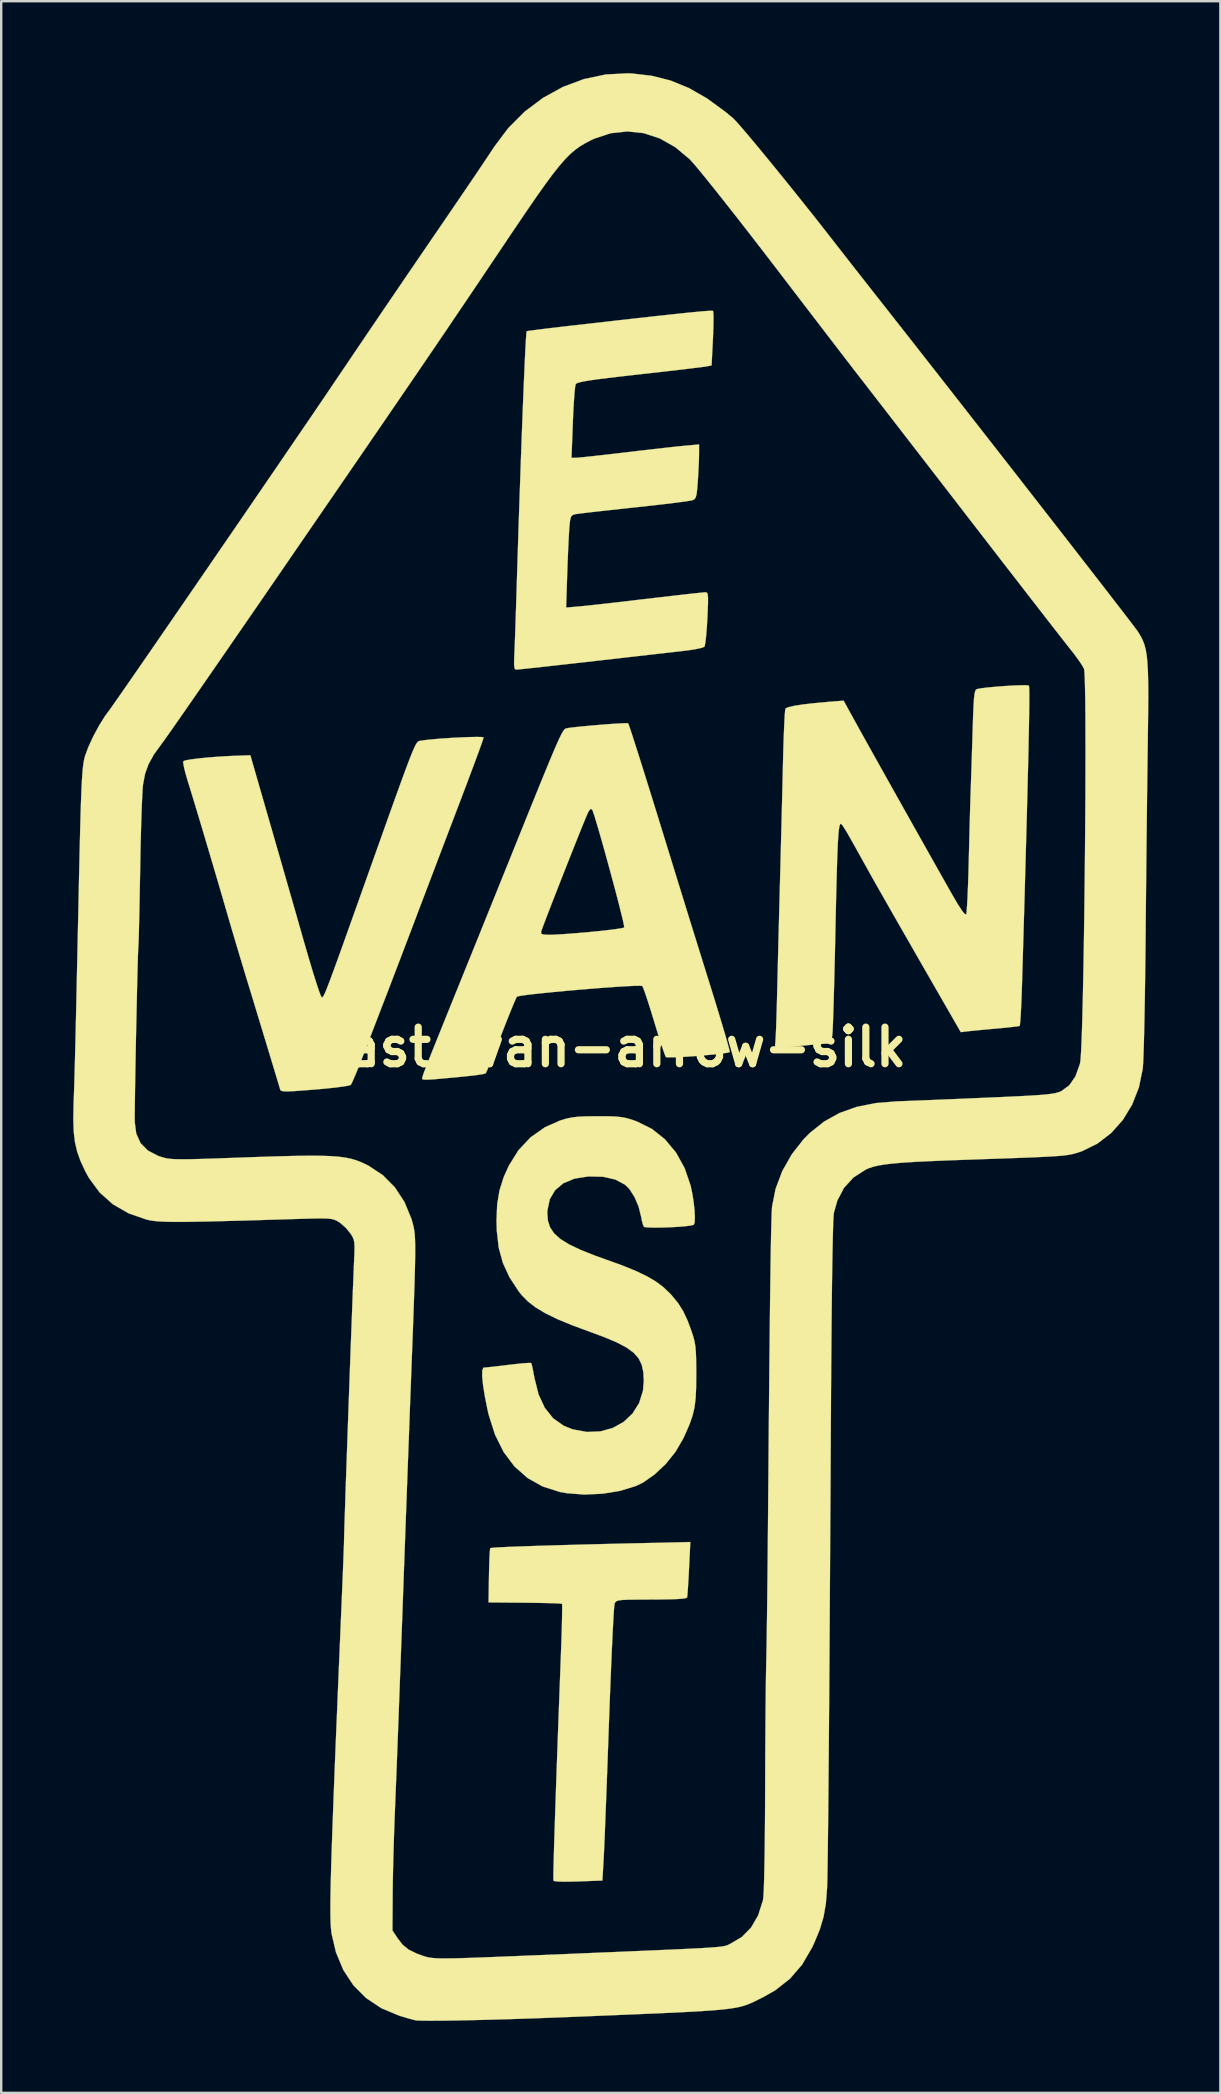
<source format=kicad_pcb>
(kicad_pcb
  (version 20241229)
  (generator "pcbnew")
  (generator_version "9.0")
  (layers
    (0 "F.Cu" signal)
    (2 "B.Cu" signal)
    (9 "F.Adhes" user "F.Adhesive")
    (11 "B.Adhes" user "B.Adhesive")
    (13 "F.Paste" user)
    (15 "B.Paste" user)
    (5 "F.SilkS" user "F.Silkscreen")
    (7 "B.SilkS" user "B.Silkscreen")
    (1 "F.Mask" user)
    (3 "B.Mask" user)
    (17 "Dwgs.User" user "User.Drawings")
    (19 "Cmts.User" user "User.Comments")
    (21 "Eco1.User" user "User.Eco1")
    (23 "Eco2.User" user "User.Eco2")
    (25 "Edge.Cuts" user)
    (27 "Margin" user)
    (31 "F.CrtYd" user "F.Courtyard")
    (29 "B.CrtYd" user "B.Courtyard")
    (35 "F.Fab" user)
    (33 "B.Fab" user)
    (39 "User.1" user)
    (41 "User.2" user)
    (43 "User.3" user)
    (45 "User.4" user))
  (footprint "east-van-arrow-silk"
    (layer "F.Cu")
    (at 22.395 40.583)
    (property "Reference" "east-van-arrow-silk" (at 0 0 0) (layer "F.SilkS") (effects (font (size 1.524 1.524) (thickness 0.3))))
    (attr through_hole)
    (fp_poly (pts (xy 3.263 21.763) (xy 3.242 22.164) (xy 3.221 22.507) (xy 3.203 22.765) (xy 3.188 22.91) (xy 3.184 22.931) (xy 3.128 22.958) (xy 3.007 22.979) (xy 2.804 22.994) (xy 2.499 23.005) (xy 2.076 23.012) (xy 1.552 23.015) (xy 1.072 23.018) (xy 0.724 23.023) (xy 0.484 23.034) (xy 0.33 23.053) (xy 0.241 23.084) (xy 0.193 23.128) (xy 0.164 23.189) (xy 0.162 23.194) (xy 0.148 23.299) (xy 0.13 23.545) (xy 0.108 23.916) (xy 0.082 24.4) (xy 0.055 24.984) (xy 0.025 25.653) (xy -0.005 26.394) (xy -0.037 27.194) (xy -0.068 28.038) (xy -0.074 28.201) (xy -0.105 29.076) (xy -0.136 29.928) (xy -0.166 30.74) (xy -0.195 31.496) (xy -0.222 32.18) (xy -0.245 32.776) (xy -0.266 33.267) (xy -0.283 33.638) (xy -0.295 33.872) (xy -0.295 33.879) (xy -0.345 34.724) (xy -1.362 34.762) (xy -1.817 34.773) (xy -2.145 34.769) (xy -2.336 34.75) (xy -2.385 34.724) (xy -2.387 34.577) (xy -2.383 34.282) (xy -2.372 33.841) (xy -2.356 33.258) (xy -2.333 32.538) (xy -2.305 31.684) (xy -2.271 30.7) (xy -2.232 29.591) (xy -2.187 28.36) (xy -2.137 27.011) (xy -2.082 25.549) (xy -2.071 25.254) (xy -2.052 24.712) (xy -2.036 24.223) (xy -2.026 23.806) (xy -2.021 23.482) (xy -2.021 23.271) (xy -2.027 23.194) (xy -2.11 23.183) (xy -2.324 23.173) (xy -2.642 23.163) (xy -3.043 23.155) (xy -3.503 23.149) (xy -3.574 23.148) (xy -5.088 23.136) (xy -5.071 22.025) (xy -5.062 21.627) (xy -5.051 21.288) (xy -5.037 21.034) (xy -5.022 20.893) (xy -5.016 20.875) (xy -4.926 20.86) (xy -4.687 20.843) (xy -4.302 20.824) (xy -3.775 20.804) (xy -3.111 20.781) (xy -2.312 20.757) (xy -1.384 20.731) (xy -0.329 20.704) (xy 0.848 20.676) (xy 0.873 20.676) (xy 3.319 20.619) (xy 3.263 21.763)) (stroke (width 0.01) (type solid)) (fill yes) (layer "F.SilkS"))
    (fp_poly (pts (xy -5.382 -12.923) (xy -5.297 -12.908) (xy -5.296 -12.906) (xy -5.324 -12.805) (xy -5.407 -12.565) (xy -5.543 -12.19) (xy -5.732 -11.681) (xy -5.971 -11.044) (xy -6.259 -10.282) (xy -6.522 -9.592) (xy -6.711 -9.096) (xy -6.942 -8.49) (xy -7.2 -7.81) (xy -7.474 -7.089) (xy -7.75 -6.362) (xy -8.015 -5.664) (xy -8.096 -5.448) (xy -8.343 -4.797) (xy -8.596 -4.134) (xy -8.842 -3.486) (xy -9.073 -2.883) (xy -9.275 -2.353) (xy -9.44 -1.925) (xy -9.502 -1.765) (xy -9.698 -1.256) (xy -9.915 -0.693) (xy -10.13 -0.136) (xy -10.318 0.354) (xy -10.359 0.46) (xy -10.506 0.836) (xy -10.639 1.161) (xy -10.746 1.409) (xy -10.816 1.552) (xy -10.83 1.573) (xy -10.927 1.603) (xy -11.151 1.641) (xy -11.477 1.683) (xy -11.88 1.726) (xy -12.32 1.765) (xy -12.822 1.805) (xy -13.192 1.831) (xy -13.45 1.843) (xy -13.617 1.84) (xy -13.713 1.823) (xy -13.758 1.791) (xy -13.77 1.766) (xy -13.804 1.65) (xy -13.876 1.409) (xy -13.981 1.061) (xy -14.112 0.627) (xy -14.263 0.127) (xy -14.429 -0.417) (xy -14.601 -0.987) (xy -14.776 -1.561) (xy -14.945 -2.12) (xy -15.105 -2.642) (xy -15.235 -3.069) (xy -15.402 -3.622) (xy -15.587 -4.24) (xy -15.772 -4.862) (xy -15.937 -5.426) (xy -15.999 -5.64) (xy -16.185 -6.281) (xy -16.39 -6.979) (xy -16.605 -7.709) (xy -16.822 -8.442) (xy -17.033 -9.151) (xy -17.231 -9.809) (xy -17.406 -10.388) (xy -17.551 -10.86) (xy -17.61 -11.05) (xy -17.708 -11.381) (xy -17.777 -11.657) (xy -17.811 -11.848) (xy -17.806 -11.917) (xy -17.704 -11.953) (xy -17.476 -11.993) (xy -17.152 -12.033) (xy -16.759 -12.072) (xy -16.325 -12.105) (xy -15.88 -12.131) (xy -15.66 -12.14) (xy -15.014 -12.163) (xy -14.106 -9.017) (xy -13.905 -8.319) (xy -13.71 -7.641) (xy -13.527 -7.004) (xy -13.361 -6.427) (xy -13.218 -5.929) (xy -13.104 -5.532) (xy -13.025 -5.254) (xy -13.004 -5.18) (xy -12.782 -4.4) (xy -12.583 -3.718) (xy -12.411 -3.143) (xy -12.267 -2.682) (xy -12.154 -2.344) (xy -12.076 -2.138) (xy -12.036 -2.072) (xy -12.013 -2.078) (xy -11.988 -2.103) (xy -11.954 -2.157) (xy -11.909 -2.25) (xy -11.848 -2.393) (xy -11.768 -2.597) (xy -11.664 -2.87) (xy -11.533 -3.225) (xy -11.371 -3.671) (xy -11.174 -4.218) (xy -10.939 -4.877) (xy -10.66 -5.658) (xy -10.335 -6.572) (xy -10.27 -6.753) (xy -9.89 -7.821) (xy -9.558 -8.753) (xy -9.271 -9.559) (xy -9.024 -10.249) (xy -8.814 -10.831) (xy -8.638 -11.314) (xy -8.492 -11.708) (xy -8.372 -12.023) (xy -8.275 -12.266) (xy -8.197 -12.448) (xy -8.135 -12.578) (xy -8.084 -12.665) (xy -8.042 -12.718) (xy -8.004 -12.746) (xy -7.968 -12.759) (xy -7.929 -12.766) (xy -7.915 -12.768) (xy -7.693 -12.8) (xy -7.386 -12.831) (xy -7.022 -12.861) (xy -6.63 -12.887) (xy -6.241 -12.907) (xy -5.883 -12.921) (xy -5.587 -12.927) (xy -5.382 -12.923)) (stroke (width 0.01) (type solid)) (fill yes) (layer "F.SilkS"))
    (fp_poly (pts (xy -0.103 2.88) (xy 0.22 2.892) (xy 0.471 2.918) (xy 0.691 2.964) (xy 0.923 3.035) (xy 1.103 3.1) (xy 1.721 3.407) (xy 2.264 3.841) (xy 2.721 4.389) (xy 3.08 5.037) (xy 3.329 5.76) (xy 3.402 6.099) (xy 3.458 6.457) (xy 3.495 6.801) (xy 3.509 7.096) (xy 3.498 7.308) (xy 3.462 7.4) (xy 3.341 7.432) (xy 3.11 7.461) (xy 2.805 7.486) (xy 2.46 7.505) (xy 2.112 7.516) (xy 1.797 7.519) (xy 1.549 7.512) (xy 1.405 7.493) (xy 1.384 7.483) (xy 1.335 7.364) (xy 1.285 7.156) (xy 1.268 7.06) (xy 1.163 6.64) (xy 0.992 6.242) (xy 0.781 5.911) (xy 0.604 5.734) (xy 0.196 5.516) (xy -0.319 5.399) (xy -0.928 5.387) (xy -0.943 5.388) (xy -1.512 5.479) (xy -1.97 5.67) (xy -2.313 5.956) (xy -2.536 6.333) (xy -2.635 6.799) (xy -2.64 6.913) (xy -2.616 7.229) (xy -2.526 7.507) (xy -2.357 7.758) (xy -2.098 7.991) (xy -1.733 8.218) (xy -1.252 8.447) (xy -0.641 8.69) (xy -0.188 8.852) (xy 0.499 9.101) (xy 1.058 9.329) (xy 1.513 9.547) (xy 1.886 9.767) (xy 2.198 10.002) (xy 2.474 10.265) (xy 2.538 10.334) (xy 2.806 10.66) (xy 3.019 10.996) (xy 3.204 11.391) (xy 3.349 11.779) (xy 3.431 12.023) (xy 3.489 12.235) (xy 3.527 12.45) (xy 3.55 12.703) (xy 3.562 13.028) (xy 3.566 13.461) (xy 3.566 13.621) (xy 3.561 14.183) (xy 3.54 14.633) (xy 3.493 15.009) (xy 3.413 15.352) (xy 3.291 15.703) (xy 3.119 16.1) (xy 3.013 16.327) (xy 2.699 16.863) (xy 2.296 17.366) (xy 1.834 17.802) (xy 1.348 18.141) (xy 1.052 18.285) (xy 0.396 18.487) (xy -0.339 18.607) (xy -1.099 18.641) (xy -1.829 18.585) (xy -2.119 18.533) (xy -2.836 18.304) (xy -3.466 17.95) (xy -4.007 17.471) (xy -4.459 16.87) (xy -4.818 16.149) (xy -5.085 15.309) (xy -5.129 15.117) (xy -5.242 14.554) (xy -5.317 14.084) (xy -5.353 13.72) (xy -5.35 13.474) (xy -5.306 13.359) (xy -5.283 13.352) (xy -5.167 13.343) (xy -4.934 13.319) (xy -4.616 13.282) (xy -4.261 13.239) (xy -3.904 13.198) (xy -3.607 13.169) (xy -3.399 13.156) (xy -3.313 13.16) (xy -3.313 13.16) (xy -3.284 13.247) (xy -3.24 13.446) (xy -3.188 13.719) (xy -3.175 13.791) (xy -3.003 14.474) (xy -2.743 15.031) (xy -2.396 15.464) (xy -1.959 15.774) (xy -1.585 15.924) (xy -0.992 16.033) (xy -0.428 16.01) (xy 0.088 15.867) (xy 0.54 15.614) (xy 0.912 15.264) (xy 1.186 14.827) (xy 1.346 14.315) (xy 1.381 13.914) (xy 1.362 13.544) (xy 1.294 13.233) (xy 1.164 12.966) (xy 0.955 12.73) (xy 0.655 12.512) (xy 0.247 12.298) (xy -0.282 12.076) (xy -0.876 11.856) (xy -1.617 11.582) (xy -2.227 11.329) (xy -2.722 11.087) (xy -3.122 10.847) (xy -3.446 10.597) (xy -3.71 10.328) (xy -3.834 10.172) (xy -4.22 9.58) (xy -4.492 8.988) (xy -4.664 8.357) (xy -4.745 7.65) (xy -4.757 7.224) (xy -4.729 6.557) (xy -4.634 5.975) (xy -4.461 5.423) (xy -4.245 4.941) (xy -3.842 4.294) (xy -3.335 3.755) (xy -2.734 3.333) (xy -2.104 3.056) (xy -1.853 2.979) (xy -1.612 2.928) (xy -1.341 2.897) (xy -0.998 2.882) (xy -0.544 2.878) (xy -0.537 2.878) (xy -0.103 2.88)) (stroke (width 0.01) (type solid)) (fill yes) (layer "F.SilkS"))
    (fp_poly (pts (xy 4.237 -30.682) (xy 4.266 -30.675) (xy 4.28 -30.584) (xy 4.285 -30.369) (xy 4.281 -30.058) (xy 4.268 -29.679) (xy 4.261 -29.516) (xy 4.205 -28.408) (xy 4.002 -28.366) (xy 3.879 -28.348) (xy 3.623 -28.316) (xy 3.253 -28.271) (xy 2.788 -28.216) (xy 2.249 -28.154) (xy 1.654 -28.086) (xy 1.203 -28.036) (xy 0.475 -27.953) (xy -0.114 -27.884) (xy -0.576 -27.825) (xy -0.926 -27.774) (xy -1.176 -27.73) (xy -1.339 -27.69) (xy -1.43 -27.653) (xy -1.457 -27.627) (xy -1.48 -27.516) (xy -1.505 -27.277) (xy -1.53 -26.937) (xy -1.555 -26.522) (xy -1.576 -26.057) (xy -1.576 -26.032) (xy -1.632 -24.556) (xy -1.449 -24.557) (xy -1.324 -24.566) (xy -1.07 -24.591) (xy -0.71 -24.63) (xy -0.267 -24.679) (xy 0.235 -24.737) (xy 0.614 -24.782) (xy 1.174 -24.848) (xy 1.719 -24.911) (xy 2.22 -24.968) (xy 2.645 -25.015) (xy 2.965 -25.048) (xy 3.089 -25.06) (xy 3.683 -25.114) (xy 3.683 -24.739) (xy 3.678 -24.492) (xy 3.663 -24.151) (xy 3.643 -23.773) (xy 3.633 -23.609) (xy 3.606 -23.259) (xy 3.578 -23.033) (xy 3.54 -22.898) (xy 3.483 -22.826) (xy 3.417 -22.792) (xy 3.301 -22.768) (xy 3.053 -22.731) (xy 2.693 -22.684) (xy 2.242 -22.629) (xy 1.722 -22.569) (xy 1.152 -22.507) (xy 0.993 -22.49) (xy 0.411 -22.427) (xy -0.129 -22.368) (xy -0.607 -22.315) (xy -1.001 -22.269) (xy -1.29 -22.234) (xy -1.453 -22.212) (xy -1.472 -22.209) (xy -1.586 -22.173) (xy -1.653 -22.099) (xy -1.692 -21.947) (xy -1.719 -21.693) (xy -1.735 -21.461) (xy -1.754 -21.111) (xy -1.774 -20.677) (xy -1.794 -20.196) (xy -1.809 -19.767) (xy -1.857 -18.317) (xy -1.331 -18.363) (xy -1.049 -18.39) (xy -0.663 -18.431) (xy -0.226 -18.479) (xy 0.215 -18.53) (xy 0.23 -18.532) (xy 1.175 -18.643) (xy 1.972 -18.736) (xy 2.628 -18.812) (xy 3.148 -18.871) (xy 3.537 -18.914) (xy 3.8 -18.941) (xy 3.943 -18.953) (xy 3.965 -18.954) (xy 4.012 -18.938) (xy 4.041 -18.875) (xy 4.056 -18.743) (xy 4.056 -18.518) (xy 4.044 -18.179) (xy 4.029 -17.861) (xy 4.005 -17.462) (xy 3.976 -17.117) (xy 3.945 -16.855) (xy 3.916 -16.705) (xy 3.907 -16.685) (xy 3.808 -16.643) (xy 3.59 -16.594) (xy 3.288 -16.544) (xy 3.014 -16.509) (xy 2.68 -16.471) (xy 2.231 -16.42) (xy 1.708 -16.36) (xy 1.146 -16.297) (xy 0.586 -16.233) (xy 0.499 -16.223) (xy -0.563 -16.102) (xy -1.474 -15.999) (xy -2.239 -15.913) (xy -2.86 -15.844) (xy -3.34 -15.792) (xy -3.681 -15.756) (xy -3.886 -15.736) (xy -3.954 -15.731) (xy -4.005 -15.785) (xy -4.025 -15.956) (xy -4.018 -16.249) (xy -4.008 -16.454) (xy -3.995 -16.789) (xy -3.979 -17.231) (xy -3.961 -17.756) (xy -3.942 -18.341) (xy -3.922 -18.962) (xy -3.913 -19.261) (xy -3.878 -20.394) (xy -3.842 -21.511) (xy -3.806 -22.6) (xy -3.769 -23.652) (xy -3.734 -24.657) (xy -3.699 -25.603) (xy -3.666 -26.48) (xy -3.634 -27.279) (xy -3.604 -27.988) (xy -3.577 -28.597) (xy -3.553 -29.096) (xy -3.532 -29.474) (xy -3.514 -29.721) (xy -3.501 -29.827) (xy -3.5 -29.83) (xy -3.42 -29.845) (xy -3.211 -29.874) (xy -2.893 -29.915) (xy -2.49 -29.964) (xy -2.025 -30.019) (xy -1.834 -30.041) (xy -0.691 -30.171) (xy 0.309 -30.285) (xy 1.173 -30.382) (xy 1.91 -30.464) (xy 2.53 -30.531) (xy 3.039 -30.585) (xy 3.447 -30.626) (xy 3.762 -30.656) (xy 3.994 -30.674) (xy 4.149 -30.683) (xy 4.237 -30.682)) (stroke (width 0.01) (type solid)) (fill yes) (layer "F.SilkS"))
    (fp_poly (pts (xy 17.411 -15.071) (xy 17.425 -15.065) (xy 17.435 -15.006) (xy 17.441 -14.851) (xy 17.443 -14.594) (xy 17.441 -14.233) (xy 17.435 -13.762) (xy 17.424 -13.177) (xy 17.41 -12.475) (xy 17.391 -11.652) (xy 17.367 -10.703) (xy 17.339 -9.623) (xy 17.306 -8.41) (xy 17.268 -7.059) (xy 17.226 -5.565) (xy 17.178 -3.925) (xy 17.142 -2.703) (xy 17.126 -2.195) (xy 17.107 -1.741) (xy 17.087 -1.363) (xy 17.068 -1.081) (xy 17.051 -0.918) (xy 17.042 -0.886) (xy 16.951 -0.868) (xy 16.738 -0.842) (xy 16.434 -0.809) (xy 16.07 -0.775) (xy 16.036 -0.772) (xy 15.644 -0.737) (xy 15.287 -0.703) (xy 15.003 -0.675) (xy 14.834 -0.656) (xy 14.589 -0.625) (xy 13.346 -2.787) (xy 12.824 -3.695) (xy 12.373 -4.483) (xy 11.983 -5.162) (xy 11.65 -5.745) (xy 11.365 -6.245) (xy 11.121 -6.673) (xy 10.912 -7.043) (xy 10.731 -7.367) (xy 10.57 -7.656) (xy 10.517 -7.75) (xy 10.239 -8.251) (xy 10.025 -8.633) (xy 9.865 -8.912) (xy 9.749 -9.105) (xy 9.669 -9.226) (xy 9.615 -9.293) (xy 9.614 -9.294) (xy 9.582 -9.309) (xy 9.554 -9.278) (xy 9.529 -9.192) (xy 9.506 -9.041) (xy 9.485 -8.813) (xy 9.466 -8.499) (xy 9.448 -8.088) (xy 9.43 -7.57) (xy 9.412 -6.936) (xy 9.393 -6.174) (xy 9.373 -5.274) (xy 9.361 -4.719) (xy 9.345 -3.959) (xy 9.327 -3.234) (xy 9.31 -2.561) (xy 9.293 -1.956) (xy 9.277 -1.436) (xy 9.263 -1.019) (xy 9.25 -0.721) (xy 9.24 -0.559) (xy 9.24 -0.556) (xy 9.208 -0.321) (xy 9.163 -0.2) (xy 9.08 -0.155) (xy 8.992 -0.148) (xy 8.837 -0.139) (xy 8.567 -0.117) (xy 8.221 -0.085) (xy 7.842 -0.048) (xy 7.478 -0.016) (xy 7.173 0.001) (xy 6.957 0.002) (xy 6.86 -0.013) (xy 6.859 -0.015) (xy 6.85 -0.126) (xy 6.854 -0.134) (xy 6.865 -0.223) (xy 6.878 -0.445) (xy 6.893 -0.78) (xy 6.908 -1.206) (xy 6.923 -1.704) (xy 6.937 -2.253) (xy 6.937 -2.264) (xy 6.952 -2.875) (xy 6.97 -3.6) (xy 6.99 -4.399) (xy 7.012 -5.23) (xy 7.033 -6.055) (xy 7.054 -6.833) (xy 7.06 -7.06) (xy 7.08 -7.818) (xy 7.101 -8.639) (xy 7.123 -9.482) (xy 7.143 -10.305) (xy 7.162 -11.069) (xy 7.178 -11.732) (xy 7.182 -11.903) (xy 7.196 -12.461) (xy 7.213 -12.97) (xy 7.231 -13.41) (xy 7.249 -13.759) (xy 7.266 -13.998) (xy 7.282 -14.106) (xy 7.283 -14.108) (xy 7.39 -14.163) (xy 7.635 -14.221) (xy 8.005 -14.279) (xy 8.484 -14.335) (xy 9.057 -14.387) (xy 9.093 -14.39) (xy 9.707 -14.438) (xy 10.057 -13.799) (xy 10.199 -13.542) (xy 10.406 -13.168) (xy 10.669 -12.697) (xy 10.977 -12.144) (xy 11.321 -11.529) (xy 11.691 -10.868) (xy 12.077 -10.18) (xy 12.469 -9.482) (xy 12.857 -8.792) (xy 13.231 -8.127) (xy 13.581 -7.506) (xy 13.897 -6.945) (xy 14.17 -6.463) (xy 14.217 -6.379) (xy 14.461 -5.962) (xy 14.642 -5.684) (xy 14.759 -5.543) (xy 14.813 -5.535) (xy 14.83 -5.637) (xy 14.849 -5.872) (xy 14.868 -6.217) (xy 14.887 -6.652) (xy 14.905 -7.154) (xy 14.919 -7.674) (xy 14.934 -8.285) (xy 14.95 -8.907) (xy 14.966 -9.505) (xy 14.981 -10.043) (xy 14.995 -10.486) (xy 15.002 -10.705) (xy 15.016 -11.109) (xy 15.033 -11.621) (xy 15.051 -12.195) (xy 15.07 -12.783) (xy 15.086 -13.292) (xy 15.103 -13.832) (xy 15.121 -14.237) (xy 15.139 -14.528) (xy 15.162 -14.722) (xy 15.19 -14.84) (xy 15.226 -14.901) (xy 15.26 -14.92) (xy 15.424 -14.952) (xy 15.686 -14.985) (xy 16.013 -15.016) (xy 16.37 -15.044) (xy 16.723 -15.066) (xy 17.037 -15.079) (xy 17.278 -15.082) (xy 17.411 -15.071)) (stroke (width 0.01) (type solid)) (fill yes) (layer "F.SilkS"))
    (fp_poly (pts (xy 0.728 -13.494) (xy 0.761 -13.411) (xy 0.837 -13.19) (xy 0.95 -12.842) (xy 1.099 -12.376) (xy 1.281 -11.803) (xy 1.492 -11.131) (xy 1.729 -10.371) (xy 1.989 -9.532) (xy 2.269 -8.624) (xy 2.444 -8.057) (xy 2.658 -7.36) (xy 2.906 -6.558) (xy 3.175 -5.689) (xy 3.453 -4.796) (xy 3.726 -3.918) (xy 3.982 -3.096) (xy 4.106 -2.7) (xy 4.303 -2.067) (xy 4.483 -1.48) (xy 4.641 -0.956) (xy 4.773 -0.51) (xy 4.874 -0.159) (xy 4.939 0.082) (xy 4.964 0.197) (xy 4.963 0.204) (xy 4.868 0.231) (xy 4.653 0.264) (xy 4.347 0.298) (xy 3.984 0.333) (xy 3.592 0.366) (xy 3.203 0.394) (xy 2.849 0.414) (xy 2.56 0.425) (xy 2.367 0.424) (xy 2.303 0.413) (xy 2.261 0.321) (xy 2.184 0.106) (xy 2.08 -0.208) (xy 1.956 -0.598) (xy 1.821 -1.039) (xy 1.813 -1.067) (xy 1.677 -1.511) (xy 1.552 -1.905) (xy 1.445 -2.225) (xy 1.365 -2.447) (xy 1.32 -2.547) (xy 1.319 -2.549) (xy 1.228 -2.56) (xy 1.006 -2.556) (xy 0.675 -2.541) (xy 0.257 -2.515) (xy -0.226 -2.481) (xy -0.753 -2.44) (xy -1.301 -2.395) (xy -1.849 -2.347) (xy -2.375 -2.297) (xy -2.856 -2.249) (xy -3.273 -2.204) (xy -3.601 -2.163) (xy -3.82 -2.128) (xy -3.908 -2.103) (xy -3.953 -2.014) (xy -4.044 -1.803) (xy -4.172 -1.492) (xy -4.327 -1.105) (xy -4.501 -0.662) (xy -4.564 -0.499) (xy -4.741 -0.043) (xy -4.902 0.364) (xy -5.038 0.7) (xy -5.139 0.944) (xy -5.198 1.074) (xy -5.207 1.089) (xy -5.309 1.12) (xy -5.565 1.16) (xy -5.973 1.208) (xy -6.533 1.264) (xy -7.244 1.328) (xy -7.337 1.337) (xy -7.59 1.352) (xy -7.776 1.351) (xy -7.846 1.337) (xy -7.854 1.323) (xy -7.855 1.296) (xy -7.844 1.245) (xy -7.817 1.158) (xy -7.769 1.025) (xy -7.698 0.836) (xy -7.597 0.578) (xy -7.464 0.241) (xy -7.293 -0.185) (xy -7.081 -0.711) (xy -6.824 -1.349) (xy -6.516 -2.11) (xy -6.221 -2.839) (xy -5.906 -3.618) (xy -5.556 -4.483) (xy -5.454 -4.736) (xy -2.898 -4.736) (xy -2.823 -4.696) (xy -2.641 -4.682) (xy -2.536 -4.681) (xy -2.324 -4.688) (xy -1.996 -4.708) (xy -1.586 -4.738) (xy -1.129 -4.775) (xy -0.819 -4.803) (xy -0.384 -4.847) (xy -0.001 -4.891) (xy 0.302 -4.932) (xy 0.499 -4.966) (xy 0.563 -4.987) (xy 0.556 -5.069) (xy 0.512 -5.278) (xy 0.436 -5.591) (xy 0.336 -5.988) (xy 0.217 -6.448) (xy 0.083 -6.95) (xy -0.058 -7.471) (xy -0.201 -7.992) (xy -0.34 -8.49) (xy -0.47 -8.945) (xy -0.585 -9.336) (xy -0.678 -9.64) (xy -0.745 -9.837) (xy -0.769 -9.893) (xy -0.826 -9.935) (xy -0.903 -9.849) (xy -0.947 -9.768) (xy -1.001 -9.648) (xy -1.101 -9.405) (xy -1.24 -9.063) (xy -1.409 -8.641) (xy -1.6 -8.163) (xy -1.803 -7.648) (xy -2.012 -7.119) (xy -2.216 -6.597) (xy -2.409 -6.103) (xy -2.581 -5.659) (xy -2.724 -5.286) (xy -2.829 -5.007) (xy -2.888 -4.841) (xy -2.896 -4.815) (xy -2.898 -4.736) (xy -5.454 -4.736) (xy -5.189 -5.394) (xy -4.819 -6.309) (xy -4.465 -7.188) (xy -4.141 -7.99) (xy -3.975 -8.403) (xy -3.592 -9.353) (xy -3.262 -10.171) (xy -2.98 -10.866) (xy -2.742 -11.448) (xy -2.544 -11.928) (xy -2.381 -12.316) (xy -2.249 -12.621) (xy -2.144 -12.854) (xy -2.061 -13.024) (xy -1.996 -13.142) (xy -1.945 -13.217) (xy -1.903 -13.259) (xy -1.868 -13.279) (xy -1.749 -13.302) (xy -1.516 -13.331) (xy -1.201 -13.364) (xy -0.834 -13.398) (xy -0.446 -13.431) (xy -0.068 -13.461) (xy 0.268 -13.483) (xy 0.532 -13.497) (xy 0.693 -13.499) (xy 0.728 -13.494)) (stroke (width 0.01) (type solid)) (fill yes) (layer "F.SilkS"))
    (fp_poly (pts (xy 0.879 -40.571) (xy 1.713 -40.475) (xy 2.496 -40.277) (xy 3.252 -39.968) (xy 4.004 -39.539) (xy 4.774 -38.978) (xy 5.092 -38.714) (xy 5.212 -38.592) (xy 5.416 -38.363) (xy 5.692 -38.041) (xy 6.028 -37.639) (xy 6.414 -37.173) (xy 6.839 -36.654) (xy 7.29 -36.098) (xy 7.757 -35.517) (xy 8.229 -34.927) (xy 8.694 -34.34) (xy 9.14 -33.77) (xy 9.439 -33.386) (xy 9.571 -33.217) (xy 9.783 -32.945) (xy 10.061 -32.589) (xy 10.392 -32.168) (xy 10.759 -31.699) (xy 11.15 -31.202) (xy 11.375 -30.916) (xy 12.015 -30.102) (xy 12.682 -29.252) (xy 13.37 -28.374) (xy 14.073 -27.476) (xy 14.784 -26.567) (xy 15.496 -25.656) (xy 16.204 -24.75) (xy 16.9 -23.858) (xy 17.578 -22.988) (xy 18.231 -22.15) (xy 18.853 -21.351) (xy 19.437 -20.599) (xy 19.977 -19.904) (xy 20.467 -19.273) (xy 20.898 -18.715) (xy 21.266 -18.238) (xy 21.564 -17.851) (xy 21.784 -17.562) (xy 21.921 -17.38) (xy 21.964 -17.32) (xy 22.071 -17.147) (xy 22.16 -16.977) (xy 22.232 -16.795) (xy 22.29 -16.585) (xy 22.334 -16.334) (xy 22.365 -16.026) (xy 22.386 -15.645) (xy 22.397 -15.178) (xy 22.4 -14.609) (xy 22.395 -13.923) (xy 22.385 -13.105) (xy 22.38 -12.7) (xy 22.37 -11.987) (xy 22.359 -11.148) (xy 22.347 -10.212) (xy 22.336 -9.206) (xy 22.324 -8.157) (xy 22.313 -7.095) (xy 22.303 -6.047) (xy 22.293 -5.04) (xy 22.289 -4.566) (xy 22.28 -3.698) (xy 22.269 -2.86) (xy 22.257 -2.067) (xy 22.244 -1.335) (xy 22.23 -0.678) (xy 22.216 -0.113) (xy 22.201 0.347) (xy 22.186 0.685) (xy 22.172 0.886) (xy 22.171 0.896) (xy 22.01 1.677) (xy 21.729 2.394) (xy 21.34 3.033) (xy 20.853 3.58) (xy 20.28 4.019) (xy 19.634 4.336) (xy 19.415 4.409) (xy 19.301 4.441) (xy 19.183 4.468) (xy 19.047 4.492) (xy 18.88 4.514) (xy 18.666 4.533) (xy 18.393 4.552) (xy 18.045 4.57) (xy 17.61 4.59) (xy 17.074 4.611) (xy 16.421 4.635) (xy 15.639 4.662) (xy 15.002 4.684) (xy 14.107 4.716) (xy 13.351 4.747) (xy 12.72 4.777) (xy 12.199 4.81) (xy 11.775 4.846) (xy 11.433 4.885) (xy 11.159 4.931) (xy 10.938 4.983) (xy 10.756 5.044) (xy 10.627 5.101) (xy 10.119 5.428) (xy 9.724 5.859) (xy 9.444 6.392) (xy 9.3 6.906) (xy 9.286 7.057) (xy 9.272 7.357) (xy 9.259 7.801) (xy 9.246 8.384) (xy 9.233 9.102) (xy 9.221 9.951) (xy 9.21 10.924) (xy 9.2 12.019) (xy 9.19 13.23) (xy 9.181 14.552) (xy 9.176 15.463) (xy 9.163 17.805) (xy 9.15 19.994) (xy 9.138 22.032) (xy 9.126 23.92) (xy 9.115 25.657) (xy 9.104 27.245) (xy 9.093 28.686) (xy 9.082 29.979) (xy 9.072 31.126) (xy 9.063 32.128) (xy 9.053 32.986) (xy 9.044 33.7) (xy 9.035 34.271) (xy 9.027 34.701) (xy 9.019 34.99) (xy 9.016 35.057) (xy 8.966 35.691) (xy 8.87 36.24) (xy 8.713 36.767) (xy 8.479 37.331) (xy 8.388 37.524) (xy 7.976 38.229) (xy 7.47 38.816) (xy 6.858 39.298) (xy 6.355 39.583) (xy 6.168 39.676) (xy 6.004 39.758) (xy 5.85 39.829) (xy 5.697 39.892) (xy 5.534 39.947) (xy 5.349 39.994) (xy 5.132 40.036) (xy 4.873 40.074) (xy 4.561 40.108) (xy 4.184 40.139) (xy 3.733 40.169) (xy 3.196 40.199) (xy 2.563 40.231) (xy 1.823 40.264) (xy 0.966 40.3) (xy -0.02 40.341) (xy -1.146 40.387) (xy -1.535 40.403) (xy -2.442 40.439) (xy -3.33 40.471) (xy -4.186 40.499) (xy -4.995 40.522) (xy -5.742 40.541) (xy -6.415 40.555) (xy -6.998 40.563) (xy -7.478 40.566) (xy -7.84 40.564) (xy -8.07 40.554) (xy -8.134 40.547) (xy -8.306 40.504) (xy -8.565 40.43) (xy -8.825 40.35) (xy -9.56 40.041) (xy -10.193 39.619) (xy -10.721 39.088) (xy -11.14 38.451) (xy -11.447 37.714) (xy -11.627 36.949) (xy -11.644 36.823) (xy -11.658 36.669) (xy -11.669 36.479) (xy -11.675 36.248) (xy -11.678 35.967) (xy -11.677 35.63) (xy -11.672 35.228) (xy -11.662 34.757) (xy -11.647 34.207) (xy -11.628 33.572) (xy -11.603 32.845) (xy -11.573 32.018) (xy -11.538 31.085) (xy -11.497 30.038) (xy -11.45 28.871) (xy -11.396 27.576) (xy -11.337 26.145) (xy -11.27 24.572) (xy -11.231 23.635) (xy -11.203 22.98) (xy -11.178 22.369) (xy -11.155 21.821) (xy -11.137 21.352) (xy -11.123 20.982) (xy -11.113 20.727) (xy -11.11 20.607) (xy -11.11 20.604) (xy -11.108 20.475) (xy -11.101 20.208) (xy -11.089 19.817) (xy -11.072 19.318) (xy -11.053 18.726) (xy -11.03 18.056) (xy -11.004 17.323) (xy -10.977 16.542) (xy -10.948 15.727) (xy -10.918 14.895) (xy -10.888 14.06) (xy -10.858 13.237) (xy -10.829 12.441) (xy -10.8 11.687) (xy -10.774 10.99) (xy -10.75 10.366) (xy -10.729 9.829) (xy -10.711 9.395) (xy -10.698 9.078) (xy -10.696 9.033) (xy -10.678 8.628) (xy -10.672 8.343) (xy -10.681 8.147) (xy -10.71 8.007) (xy -10.762 7.889) (xy -10.841 7.763) (xy -10.845 7.758) (xy -11.037 7.527) (xy -11.268 7.324) (xy -11.322 7.288) (xy -11.421 7.23) (xy -11.517 7.187) (xy -11.635 7.158) (xy -11.797 7.141) (xy -12.025 7.135) (xy -12.342 7.138) (xy -12.771 7.149) (xy -13.227 7.163) (xy -14.297 7.195) (xy -15.226 7.223) (xy -16.024 7.244) (xy -16.703 7.261) (xy -17.274 7.272) (xy -17.75 7.279) (xy -18.14 7.28) (xy -18.458 7.276) (xy -18.715 7.266) (xy -18.921 7.252) (xy -19.088 7.233) (xy -19.228 7.209) (xy -19.338 7.184) (xy -20.091 6.922) (xy -20.743 6.545) (xy -21.293 6.054) (xy -21.74 5.449) (xy -21.89 5.175) (xy -22.087 4.751) (xy -22.229 4.356) (xy -22.322 3.953) (xy -22.374 3.507) (xy -22.39 2.982) (xy -22.388 2.889) (xy -19.832 2.889) (xy -19.832 3.108) (xy -19.768 3.602) (xy -19.587 4) (xy -19.283 4.308) (xy -18.851 4.531) (xy -18.734 4.571) (xy -18.609 4.608) (xy -18.479 4.636) (xy -18.326 4.656) (xy -18.133 4.668) (xy -17.882 4.672) (xy -17.554 4.67) (xy -17.131 4.659) (xy -16.596 4.643) (xy -15.93 4.619) (xy -15.733 4.612) (xy -14.758 4.577) (xy -13.923 4.55) (xy -13.213 4.532) (xy -12.615 4.523) (xy -12.114 4.525) (xy -11.698 4.538) (xy -11.351 4.562) (xy -11.06 4.6) (xy -10.812 4.651) (xy -10.591 4.717) (xy -10.385 4.798) (xy -10.179 4.894) (xy -10.091 4.939) (xy -9.495 5.332) (xy -8.991 5.841) (xy -8.59 6.454) (xy -8.3 7.157) (xy -8.241 7.367) (xy -8.214 7.478) (xy -8.191 7.592) (xy -8.173 7.72) (xy -8.159 7.873) (xy -8.15 8.062) (xy -8.145 8.298) (xy -8.145 8.592) (xy -8.15 8.955) (xy -8.161 9.398) (xy -8.176 9.933) (xy -8.198 10.569) (xy -8.224 11.318) (xy -8.257 12.191) (xy -8.295 13.198) (xy -8.324 13.966) (xy -8.346 14.541) (xy -8.373 15.249) (xy -8.403 16.071) (xy -8.437 16.987) (xy -8.474 17.977) (xy -8.512 19.022) (xy -8.552 20.101) (xy -8.592 21.195) (xy -8.632 22.285) (xy -8.669 23.328) (xy -8.707 24.362) (xy -8.745 25.396) (xy -8.783 26.413) (xy -8.819 27.398) (xy -8.854 28.333) (xy -8.887 29.202) (xy -8.917 29.987) (xy -8.944 30.671) (xy -8.967 31.239) (xy -8.984 31.673) (xy -8.987 31.731) (xy -9.012 32.387) (xy -9.036 33.091) (xy -9.056 33.798) (xy -9.072 34.464) (xy -9.082 35.044) (xy -9.084 35.303) (xy -9.093 36.804) (xy -8.882 37.124) (xy -8.67 37.397) (xy -8.423 37.599) (xy -8.095 37.762) (xy -7.875 37.844) (xy -7.769 37.88) (xy -7.666 37.91) (xy -7.555 37.934) (xy -7.421 37.952) (xy -7.253 37.964) (xy -7.038 37.97) (xy -6.761 37.97) (xy -6.411 37.964) (xy -5.975 37.951) (xy -5.439 37.932) (xy -4.79 37.907) (xy -4.016 37.876) (xy -3.103 37.838) (xy -2.954 37.832) (xy -1.708 37.781) (xy -0.606 37.735) (xy 0.361 37.695) (xy 1.203 37.659) (xy 1.928 37.628) (xy 2.546 37.601) (xy 3.066 37.577) (xy 3.497 37.556) (xy 3.849 37.537) (xy 4.131 37.519) (xy 4.351 37.503) (xy 4.52 37.487) (xy 4.646 37.471) (xy 4.738 37.455) (xy 4.807 37.438) (xy 4.86 37.419) (xy 4.908 37.398) (xy 4.96 37.374) (xy 4.967 37.371) (xy 5.461 37.08) (xy 5.851 36.684) (xy 6.144 36.178) (xy 6.344 35.551) (xy 6.349 35.529) (xy 6.366 35.379) (xy 6.381 35.087) (xy 6.395 34.666) (xy 6.407 34.128) (xy 6.418 33.484) (xy 6.426 32.747) (xy 6.433 31.929) (xy 6.436 31.042) (xy 6.437 30.963) (xy 6.439 30.129) (xy 6.443 29.305) (xy 6.448 28.512) (xy 6.454 27.769) (xy 6.46 27.095) (xy 6.467 26.509) (xy 6.474 26.031) (xy 6.481 25.681) (xy 6.483 25.592) (xy 6.49 25.313) (xy 6.498 24.897) (xy 6.506 24.361) (xy 6.515 23.722) (xy 6.524 22.995) (xy 6.533 22.197) (xy 6.542 21.346) (xy 6.55 20.457) (xy 6.558 19.547) (xy 6.56 19.299) (xy 6.575 17.499) (xy 6.589 15.849) (xy 6.603 14.346) (xy 6.616 12.987) (xy 6.629 11.768) (xy 6.641 10.687) (xy 6.653 9.74) (xy 6.665 8.924) (xy 6.676 8.236) (xy 6.688 7.672) (xy 6.699 7.23) (xy 6.71 6.906) (xy 6.721 6.697) (xy 6.725 6.644) (xy 6.872 5.902) (xy 7.151 5.163) (xy 7.548 4.462) (xy 8.044 3.83) (xy 8.305 3.568) (xy 8.893 3.101) (xy 9.536 2.742) (xy 10.253 2.487) (xy 11.063 2.327) (xy 11.933 2.257) (xy 12.251 2.246) (xy 12.696 2.228) (xy 13.242 2.207) (xy 13.862 2.181) (xy 14.53 2.154) (xy 15.219 2.124) (xy 15.693 2.104) (xy 16.428 2.072) (xy 17.027 2.043) (xy 17.505 2.018) (xy 17.879 1.993) (xy 18.166 1.968) (xy 18.382 1.941) (xy 18.543 1.911) (xy 18.667 1.877) (xy 18.768 1.836) (xy 18.783 1.829) (xy 19.11 1.589) (xy 19.366 1.217) (xy 19.545 0.72) (xy 19.562 0.652) (xy 19.582 0.491) (xy 19.601 0.192) (xy 19.621 -0.232) (xy 19.64 -0.768) (xy 19.658 -1.405) (xy 19.676 -2.128) (xy 19.692 -2.927) (xy 19.708 -3.788) (xy 19.723 -4.698) (xy 19.736 -5.645) (xy 19.748 -6.617) (xy 19.759 -7.601) (xy 19.768 -8.584) (xy 19.775 -9.554) (xy 19.781 -10.498) (xy 19.784 -11.403) (xy 19.785 -12.258) (xy 19.784 -13.049) (xy 19.781 -13.764) (xy 19.776 -14.39) (xy 19.767 -14.915) (xy 19.756 -15.326) (xy 19.742 -15.611) (xy 19.726 -15.757) (xy 19.723 -15.766) (xy 19.639 -15.919) (xy 19.484 -16.149) (xy 19.286 -16.415) (xy 19.199 -16.525) (xy 19.084 -16.669) (xy 18.884 -16.925) (xy 18.605 -17.282) (xy 18.256 -17.73) (xy 17.845 -18.26) (xy 17.379 -18.861) (xy 16.866 -19.524) (xy 16.313 -20.237) (xy 15.73 -20.992) (xy 15.123 -21.777) (xy 14.725 -22.292) (xy 14.11 -23.09) (xy 13.514 -23.861) (xy 12.946 -24.596) (xy 12.414 -25.284) (xy 11.925 -25.917) (xy 11.487 -26.484) (xy 11.107 -26.975) (xy 10.793 -27.381) (xy 10.553 -27.692) (xy 10.393 -27.897) (xy 10.336 -27.971) (xy 10.227 -28.111) (xy 10.034 -28.362) (xy 9.765 -28.711) (xy 9.43 -29.148) (xy 9.037 -29.66) (xy 8.596 -30.236) (xy 8.115 -30.863) (xy 7.603 -31.532) (xy 7.07 -32.229) (xy 6.893 -32.46) (xy 6.35 -33.167) (xy 5.822 -33.85) (xy 5.318 -34.498) (xy 4.847 -35.097) (xy 4.419 -35.638) (xy 4.043 -36.107) (xy 3.729 -36.493) (xy 3.486 -36.784) (xy 3.323 -36.967) (xy 3.292 -37) (xy 2.687 -37.504) (xy 2.045 -37.866) (xy 1.377 -38.085) (xy 0.693 -38.157) (xy 0.004 -38.082) (xy -0.68 -37.857) (xy -0.812 -37.795) (xy -1.048 -37.673) (xy -1.266 -37.543) (xy -1.475 -37.394) (xy -1.684 -37.215) (xy -1.903 -36.993) (xy -2.143 -36.717) (xy -2.412 -36.377) (xy -2.721 -35.96) (xy -3.079 -35.455) (xy -3.495 -34.85) (xy -3.98 -34.135) (xy -4.281 -33.688) (xy -4.734 -33.013) (xy -5.151 -32.393) (xy -5.538 -31.817) (xy -5.903 -31.276) (xy -6.252 -30.759) (xy -6.592 -30.256) (xy -6.93 -29.756) (xy -7.273 -29.251) (xy -7.628 -28.729) (xy -8.002 -28.18) (xy -8.402 -27.595) (xy -8.834 -26.963) (xy -9.306 -26.274) (xy -9.824 -25.518) (xy -10.396 -24.684) (xy -11.028 -23.763) (xy -11.727 -22.745) (xy -12.501 -21.618) (xy -13.224 -20.566) (xy -13.891 -19.594) (xy -14.539 -18.652) (xy -15.161 -17.749) (xy -15.752 -16.891) (xy -16.306 -16.089) (xy -16.817 -15.35) (xy -17.28 -14.682) (xy -17.688 -14.094) (xy -18.035 -13.595) (xy -18.316 -13.193) (xy -18.526 -12.895) (xy -18.657 -12.711) (xy -18.694 -12.662) (xy -19.026 -12.205) (xy -19.255 -11.796) (xy -19.401 -11.389) (xy -19.486 -10.941) (xy -19.489 -10.914) (xy -19.506 -10.701) (xy -19.524 -10.356) (xy -19.543 -9.901) (xy -19.561 -9.356) (xy -19.578 -8.745) (xy -19.593 -8.087) (xy -19.605 -7.405) (xy -19.617 -6.736) (xy -19.629 -6.102) (xy -19.641 -5.524) (xy -19.653 -5.02) (xy -19.664 -4.61) (xy -19.674 -4.313) (xy -19.683 -4.15) (xy -19.683 -4.144) (xy -19.691 -3.999) (xy -19.701 -3.72) (xy -19.712 -3.327) (xy -19.725 -2.839) (xy -19.738 -2.277) (xy -19.752 -1.661) (xy -19.766 -1.008) (xy -19.78 -0.341) (xy -19.793 0.323) (xy -19.805 0.963) (xy -19.815 1.559) (xy -19.823 2.092) (xy -19.829 2.542) (xy -19.832 2.889) (xy -22.388 2.889) (xy -22.377 2.344) (xy -22.366 2.036) (xy -22.355 1.715) (xy -22.345 1.37) (xy -22.334 0.989) (xy -22.322 0.561) (xy -22.31 0.072) (xy -22.296 -0.488) (xy -22.281 -1.131) (xy -22.264 -1.87) (xy -22.246 -2.717) (xy -22.225 -3.682) (xy -22.201 -4.778) (xy -22.177 -5.87) (xy -22.154 -6.959) (xy -22.133 -7.906) (xy -22.113 -8.721) (xy -22.095 -9.416) (xy -22.078 -10.002) (xy -22.06 -10.491) (xy -22.043 -10.892) (xy -22.025 -11.218) (xy -22.006 -11.48) (xy -21.986 -11.688) (xy -21.963 -11.854) (xy -21.938 -11.989) (xy -21.909 -12.104) (xy -21.902 -12.131) (xy -21.764 -12.506) (xy -21.561 -12.945) (xy -21.322 -13.39) (xy -21.076 -13.787) (xy -20.916 -14.005) (xy -20.842 -14.105) (xy -20.689 -14.323) (xy -20.462 -14.647) (xy -20.17 -15.068) (xy -19.818 -15.576) (xy -19.414 -16.161) (xy -18.964 -16.813) (xy -18.476 -17.522) (xy -17.956 -18.278) (xy -17.411 -19.071) (xy -16.848 -19.891) (xy -16.273 -20.729) (xy -15.694 -21.573) (xy -15.117 -22.415) (xy -14.55 -23.244) (xy -13.998 -24.05) (xy -13.47 -24.824) (xy -12.971 -25.555) (xy -12.508 -26.233) (xy -12.089 -26.849) (xy -11.72 -27.393) (xy -11.409 -27.854) (xy -11.394 -27.876) (xy -10.731 -28.858) (xy -10.089 -29.807) (xy -9.447 -30.753) (xy -8.786 -31.724) (xy -8.086 -32.75) (xy -7.327 -33.861) (xy -6.959 -34.398) (xy -6.566 -34.974) (xy -6.182 -35.538) (xy -5.82 -36.07) (xy -5.494 -36.553) (xy -5.217 -36.966) (xy -5 -37.291) (xy -4.859 -37.506) (xy -4.268 -38.295) (xy -3.583 -38.981) (xy -2.819 -39.555) (xy -1.991 -40.01) (xy -1.114 -40.338) (xy -0.205 -40.53) (xy 0.722 -40.578) (xy 0.879 -40.571)) (stroke (width 0.01) (type solid)) (fill yes) (layer "F.SilkS")))
  (gr_rect
    (start -3 -3)
    (end 47.8 84.154)
    (stroke (width 0.1) (type default))
    (fill no)
    (layer "Edge.Cuts")))
</source>
